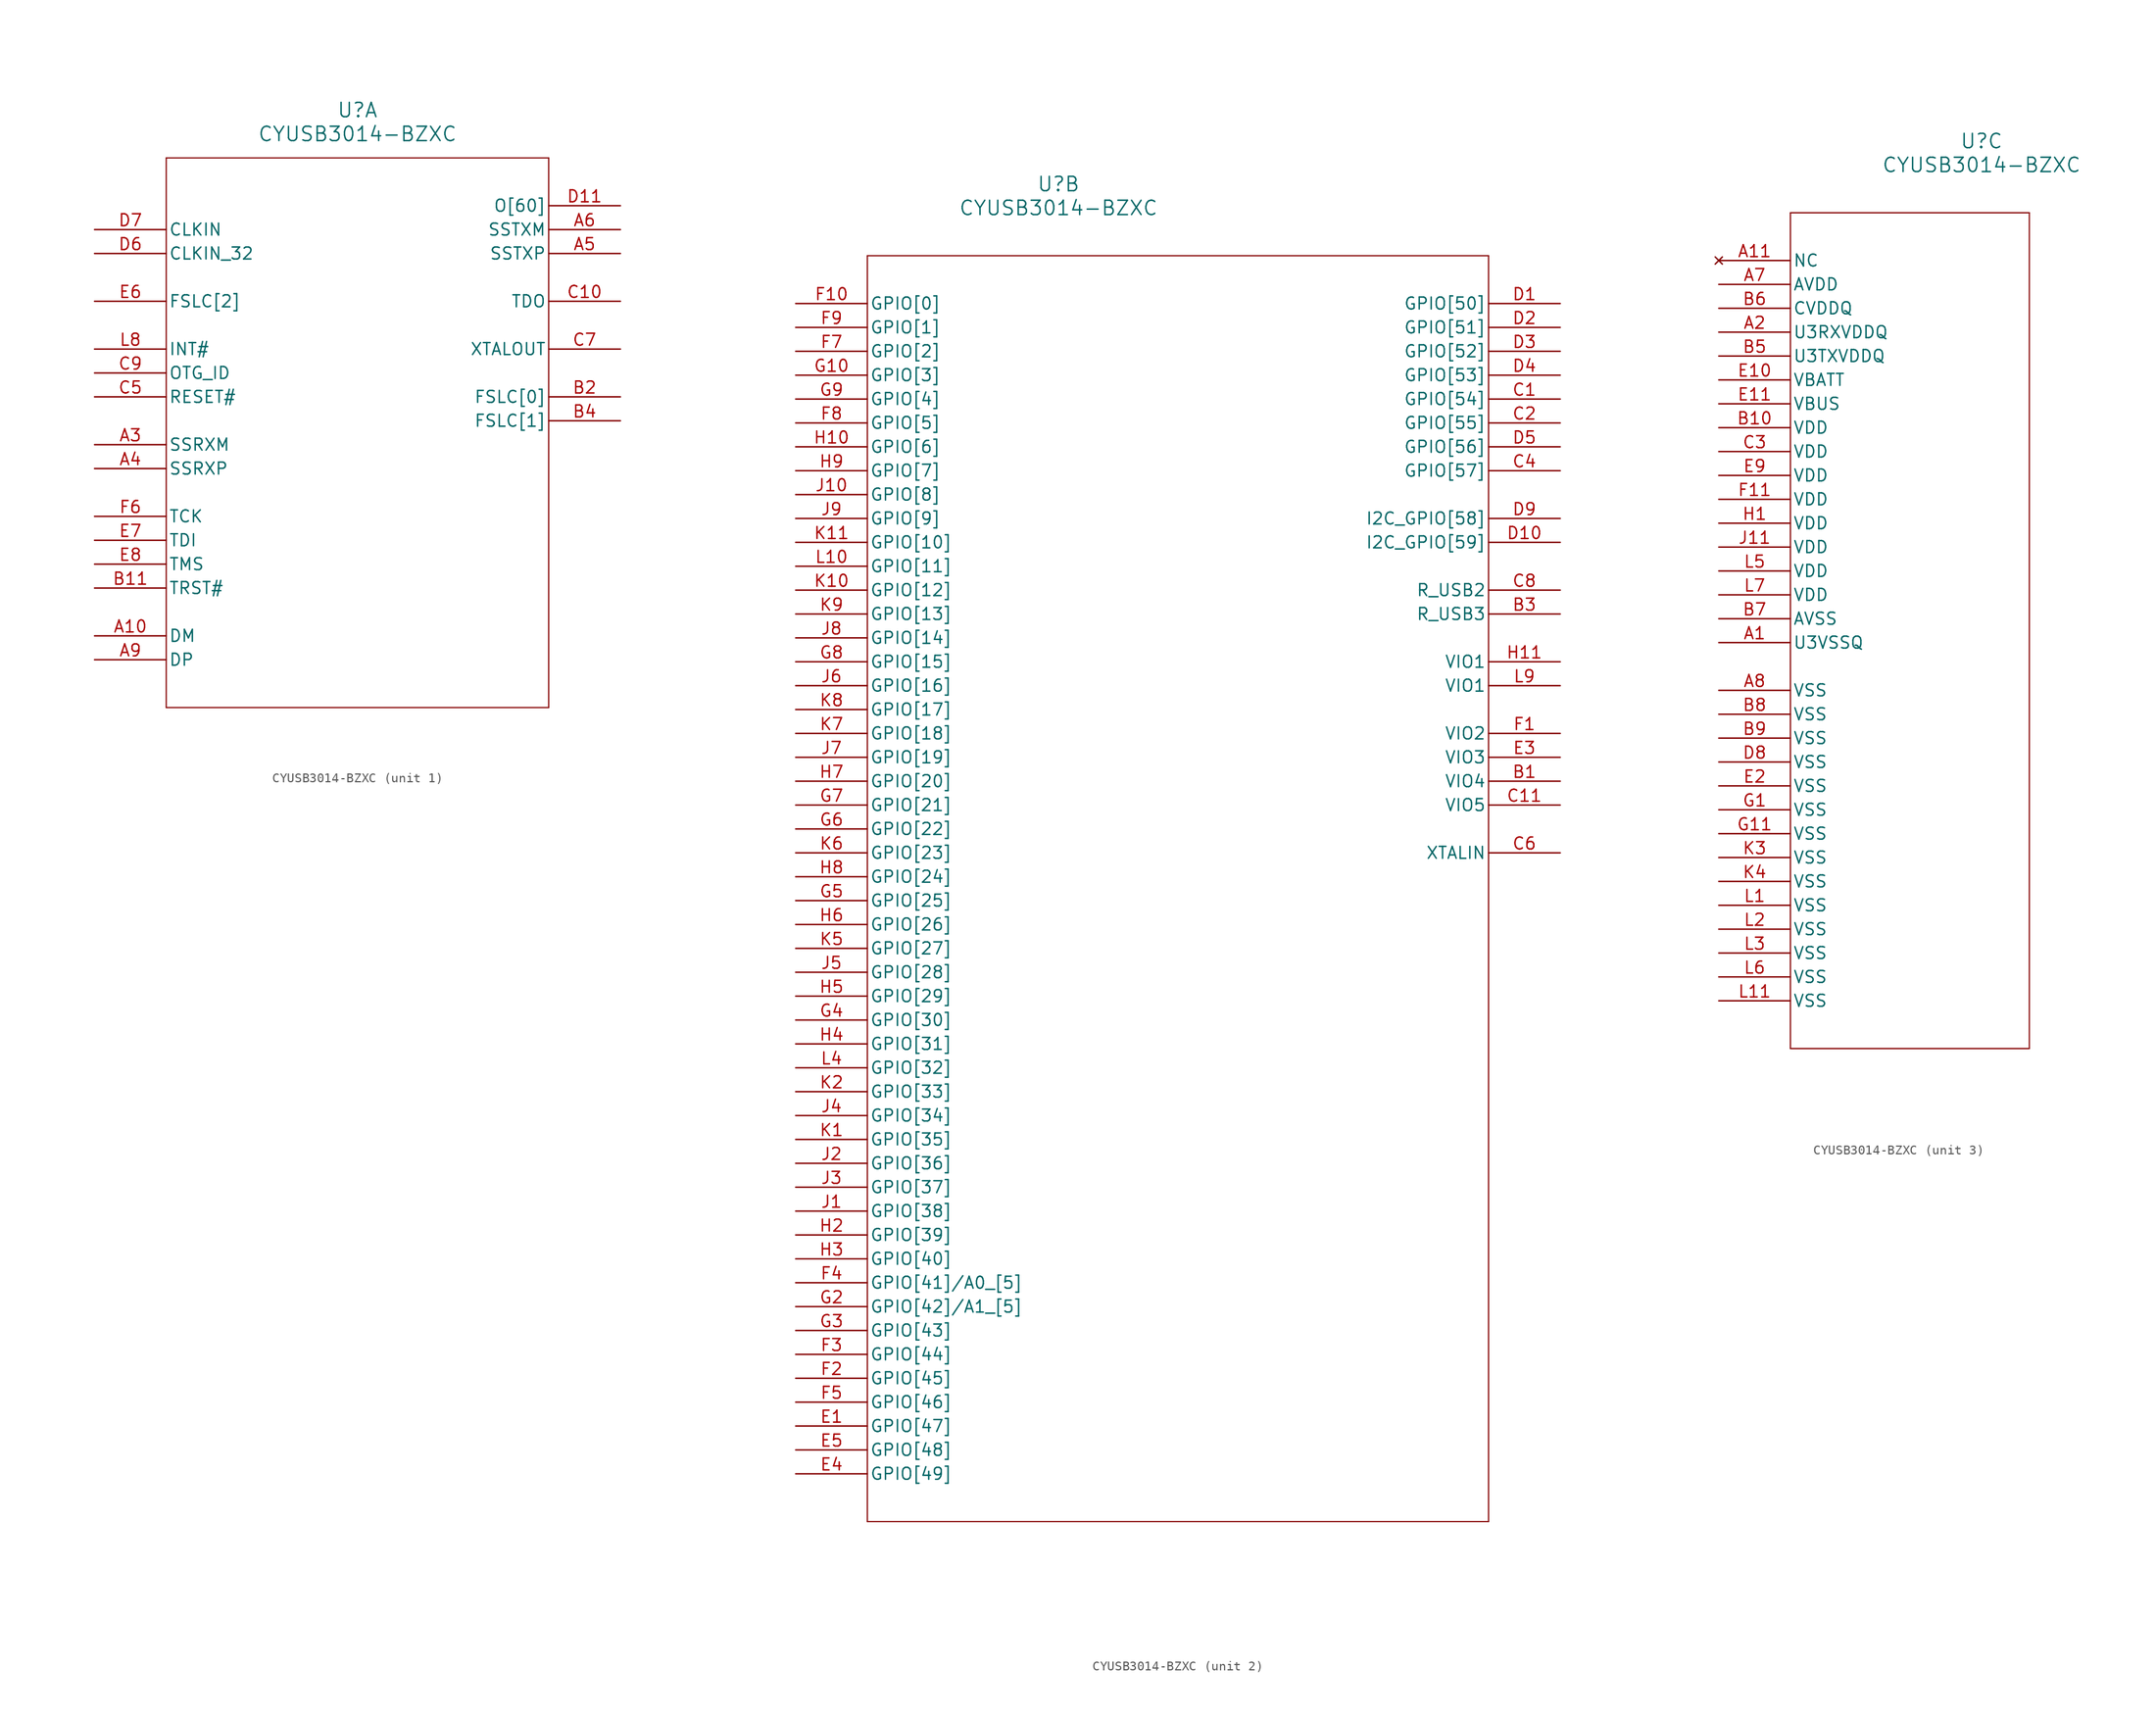
<source format=kicad_sym>
(kicad_symbol_lib
  (version 20211014)
  (generator kicad_symbol_editor)
  (symbol "CYUSB3014-BZXC"
    (pin_names
      (offset 0.254))
    (property "Reference" "U"
      (at 27.94 12.7 0)
      (effects (font (size 1.524 1.524))))
    (property "Value" "CYUSB3014-BZXC"
      (at 27.94 10.16 0)
      (effects (font (size 1.524 1.524))))
    (symbol "CYUSB3014-BZXC_1_1"
      (polyline (pts (xy 7.62 7.62) (xy 7.62 -50.8)) (stroke (width 0.127) (type default) (color 0 0 0 0)) (fill (type none)))
      (polyline (pts (xy 7.62 -50.8) (xy 48.26 -50.8)) (stroke (width 0.127) (type default) (color 0 0 0 0)) (fill (type none)))
      (polyline (pts (xy 48.26 -50.8) (xy 48.26 7.62)) (stroke (width 0.127) (type default) (color 0 0 0 0)) (fill (type none)))
      (polyline (pts (xy 48.26 7.62) (xy 7.62 7.62)) (stroke (width 0.127) (type default) (color 0 0 0 0)) (fill (type none)))
      (pin input line (at 0 -22.86 0) (length 7.62) (name "SSRXM" (effects (font (size 1.27 1.27)))) (number "A3" (effects (font (size 1.27 1.27)))))
      (pin input line (at 0 -25.4 0) (length 7.62) (name "SSRXP" (effects (font (size 1.27 1.27)))) (number "A4" (effects (font (size 1.27 1.27)))))
      (pin output line (at 55.88 -2.54 180) (length 7.62) (name "SSTXP" (effects (font (size 1.27 1.27)))) (number "A5" (effects (font (size 1.27 1.27)))))
      (pin output line (at 55.88 0 180) (length 7.62) (name "SSTXM" (effects (font (size 1.27 1.27)))) (number "A6" (effects (font (size 1.27 1.27)))))
      (pin bidirectional line (at 0 -45.72 0) (length 7.62) (name "DP" (effects (font (size 1.27 1.27)))) (number "A9" (effects (font (size 1.27 1.27)))))
      (pin bidirectional line (at 0 -43.18 0) (length 7.62) (name "DM" (effects (font (size 1.27 1.27)))) (number "A10" (effects (font (size 1.27 1.27)))))
      (pin bidirectional line (at 55.88 -17.78 180) (length 7.62) (name "FSLC[0]" (effects (font (size 1.27 1.27)))) (number "B2" (effects (font (size 1.27 1.27)))))
      (pin bidirectional line (at 55.88 -20.32 180) (length 7.62) (name "FSLC[1]" (effects (font (size 1.27 1.27)))) (number "B4" (effects (font (size 1.27 1.27)))))
      (pin input line (at 0 -38.1 0) (length 7.62) (name "TRST#" (effects (font (size 1.27 1.27)))) (number "B11" (effects (font (size 1.27 1.27)))))
      (pin input line (at 0 -17.78 0) (length 7.62) (name "RESET#" (effects (font (size 1.27 1.27)))) (number "C5" (effects (font (size 1.27 1.27)))))
      (pin bidirectional line (at 55.88 -12.7 180) (length 7.62) (name "XTALOUT" (effects (font (size 1.27 1.27)))) (number "C7" (effects (font (size 1.27 1.27)))))
      (pin input line (at 0 -15.24 0) (length 7.62) (name "OTG_ID" (effects (font (size 1.27 1.27)))) (number "C9" (effects (font (size 1.27 1.27)))))
      (pin output line (at 55.88 -7.62 180) (length 7.62) (name "TDO" (effects (font (size 1.27 1.27)))) (number "C10" (effects (font (size 1.27 1.27)))))
      (pin input line (at 0 -2.54 0) (length 7.62) (name "CLKIN_32" (effects (font (size 1.27 1.27)))) (number "D6" (effects (font (size 1.27 1.27)))))
      (pin input line (at 0 0 0) (length 7.62) (name "CLKIN" (effects (font (size 1.27 1.27)))) (number "D7" (effects (font (size 1.27 1.27)))))
      (pin output line (at 55.88 2.54 180) (length 7.62) (name "O[60]" (effects (font (size 1.27 1.27)))) (number "D11" (effects (font (size 1.27 1.27)))))
      (pin input line (at 0 -7.62 0) (length 7.62) (name "FSLC[2]" (effects (font (size 1.27 1.27)))) (number "E6" (effects (font (size 1.27 1.27)))))
      (pin input line (at 0 -33.02 0) (length 7.62) (name "TDI" (effects (font (size 1.27 1.27)))) (number "E7" (effects (font (size 1.27 1.27)))))
      (pin input line (at 0 -35.56 0) (length 7.62) (name "TMS" (effects (font (size 1.27 1.27)))) (number "E8" (effects (font (size 1.27 1.27)))))
      (pin input line (at 0 -30.48 0) (length 7.62) (name "TCK" (effects (font (size 1.27 1.27)))) (number "F6" (effects (font (size 1.27 1.27)))))
      (pin input line (at 0 -12.7 0) (length 7.62) (name "INT#" (effects (font (size 1.27 1.27)))) (number "L8" (effects (font (size 1.27 1.27))))))
    (symbol "CYUSB3014-BZXC_2_1"
      (polyline (pts (xy 7.62 5.08) (xy 7.62 -129.54)) (stroke (width 0.127) (type default) (color 0 0 0 0)) (fill (type none)))
      (polyline (pts (xy 7.62 -129.54) (xy 73.66 -129.54)) (stroke (width 0.127) (type default) (color 0 0 0 0)) (fill (type none)))
      (polyline (pts (xy 73.66 -129.54) (xy 73.66 5.08)) (stroke (width 0.127) (type default) (color 0 0 0 0)) (fill (type none)))
      (polyline (pts (xy 73.66 5.08) (xy 7.62 5.08)) (stroke (width 0.127) (type default) (color 0 0 0 0)) (fill (type none)))
      (pin bidirectional line (at 81.28 -50.8 180) (length 7.62) (name "VIO4" (effects (font (size 1.27 1.27)))) (number "B1" (effects (font (size 1.27 1.27)))))
      (pin bidirectional line (at 81.28 -33.02 180) (length 7.62) (name "R_USB3" (effects (font (size 1.27 1.27)))) (number "B3" (effects (font (size 1.27 1.27)))))
      (pin bidirectional line (at 81.28 -10.16 180) (length 7.62) (name "GPIO[54]" (effects (font (size 1.27 1.27)))) (number "C1" (effects (font (size 1.27 1.27)))))
      (pin bidirectional line (at 81.28 -12.7 180) (length 7.62) (name "GPIO[55]" (effects (font (size 1.27 1.27)))) (number "C2" (effects (font (size 1.27 1.27)))))
      (pin bidirectional line (at 81.28 -17.78 180) (length 7.62) (name "GPIO[57]" (effects (font (size 1.27 1.27)))) (number "C4" (effects (font (size 1.27 1.27)))))
      (pin bidirectional line (at 81.28 -58.42 180) (length 7.62) (name "XTALIN" (effects (font (size 1.27 1.27)))) (number "C6" (effects (font (size 1.27 1.27)))))
      (pin bidirectional line (at 81.28 -30.48 180) (length 7.62) (name "R_USB2" (effects (font (size 1.27 1.27)))) (number "C8" (effects (font (size 1.27 1.27)))))
      (pin bidirectional line (at 81.28 -53.34 180) (length 7.62) (name "VIO5" (effects (font (size 1.27 1.27)))) (number "C11" (effects (font (size 1.27 1.27)))))
      (pin bidirectional line (at 81.28 0 180) (length 7.62) (name "GPIO[50]" (effects (font (size 1.27 1.27)))) (number "D1" (effects (font (size 1.27 1.27)))))
      (pin bidirectional line (at 81.28 -2.54 180) (length 7.62) (name "GPIO[51]" (effects (font (size 1.27 1.27)))) (number "D2" (effects (font (size 1.27 1.27)))))
      (pin bidirectional line (at 81.28 -5.08 180) (length 7.62) (name "GPIO[52]" (effects (font (size 1.27 1.27)))) (number "D3" (effects (font (size 1.27 1.27)))))
      (pin bidirectional line (at 81.28 -7.62 180) (length 7.62) (name "GPIO[53]" (effects (font (size 1.27 1.27)))) (number "D4" (effects (font (size 1.27 1.27)))))
      (pin bidirectional line (at 81.28 -15.24 180) (length 7.62) (name "GPIO[56]" (effects (font (size 1.27 1.27)))) (number "D5" (effects (font (size 1.27 1.27)))))
      (pin bidirectional line (at 81.28 -22.86 180) (length 7.62) (name "I2C_GPIO[58]" (effects (font (size 1.27 1.27)))) (number "D9" (effects (font (size 1.27 1.27)))))
      (pin bidirectional line (at 81.28 -25.4 180) (length 7.62) (name "I2C_GPIO[59]" (effects (font (size 1.27 1.27)))) (number "D10" (effects (font (size 1.27 1.27)))))
      (pin bidirectional line (at 0 -119.38 0) (length 7.62) (name "GPIO[47]" (effects (font (size 1.27 1.27)))) (number "E1" (effects (font (size 1.27 1.27)))))
      (pin bidirectional line (at 81.28 -48.26 180) (length 7.62) (name "VIO3" (effects (font (size 1.27 1.27)))) (number "E3" (effects (font (size 1.27 1.27)))))
      (pin bidirectional line (at 0 -124.46 0) (length 7.62) (name "GPIO[49]" (effects (font (size 1.27 1.27)))) (number "E4" (effects (font (size 1.27 1.27)))))
      (pin bidirectional line (at 0 -121.92 0) (length 7.62) (name "GPIO[48]" (effects (font (size 1.27 1.27)))) (number "E5" (effects (font (size 1.27 1.27)))))
      (pin bidirectional line (at 81.28 -45.72 180) (length 7.62) (name "VIO2" (effects (font (size 1.27 1.27)))) (number "F1" (effects (font (size 1.27 1.27)))))
      (pin bidirectional line (at 0 -114.3 0) (length 7.62) (name "GPIO[45]" (effects (font (size 1.27 1.27)))) (number "F2" (effects (font (size 1.27 1.27)))))
      (pin bidirectional line (at 0 -111.76 0) (length 7.62) (name "GPIO[44]" (effects (font (size 1.27 1.27)))) (number "F3" (effects (font (size 1.27 1.27)))))
      (pin bidirectional line (at 0 -104.14 0) (length 7.62) (name "GPIO[41]/A0 [5]" (effects (font (size 1.27 1.27)))) (number "F4" (effects (font (size 1.27 1.27)))))
      (pin bidirectional line (at 0 -116.84 0) (length 7.62) (name "GPIO[46]" (effects (font (size 1.27 1.27)))) (number "F5" (effects (font (size 1.27 1.27)))))
      (pin bidirectional line (at 0 -5.08 0) (length 7.62) (name "GPIO[2]" (effects (font (size 1.27 1.27)))) (number "F7" (effects (font (size 1.27 1.27)))))
      (pin bidirectional line (at 0 -12.7 0) (length 7.62) (name "GPIO[5]" (effects (font (size 1.27 1.27)))) (number "F8" (effects (font (size 1.27 1.27)))))
      (pin bidirectional line (at 0 -2.54 0) (length 7.62) (name "GPIO[1]" (effects (font (size 1.27 1.27)))) (number "F9" (effects (font (size 1.27 1.27)))))
      (pin bidirectional line (at 0 0 0) (length 7.62) (name "GPIO[0]" (effects (font (size 1.27 1.27)))) (number "F10" (effects (font (size 1.27 1.27)))))
      (pin bidirectional line (at 0 -106.68 0) (length 7.62) (name "GPIO[42]/A1 [5]" (effects (font (size 1.27 1.27)))) (number "G2" (effects (font (size 1.27 1.27)))))
      (pin bidirectional line (at 0 -109.22 0) (length 7.62) (name "GPIO[43]" (effects (font (size 1.27 1.27)))) (number "G3" (effects (font (size 1.27 1.27)))))
      (pin bidirectional line (at 0 -76.2 0) (length 7.62) (name "GPIO[30]" (effects (font (size 1.27 1.27)))) (number "G4" (effects (font (size 1.27 1.27)))))
      (pin bidirectional line (at 0 -63.5 0) (length 7.62) (name "GPIO[25]" (effects (font (size 1.27 1.27)))) (number "G5" (effects (font (size 1.27 1.27)))))
      (pin bidirectional line (at 0 -55.88 0) (length 7.62) (name "GPIO[22]" (effects (font (size 1.27 1.27)))) (number "G6" (effects (font (size 1.27 1.27)))))
      (pin bidirectional line (at 0 -53.34 0) (length 7.62) (name "GPIO[21]" (effects (font (size 1.27 1.27)))) (number "G7" (effects (font (size 1.27 1.27)))))
      (pin bidirectional line (at 0 -38.1 0) (length 7.62) (name "GPIO[15]" (effects (font (size 1.27 1.27)))) (number "G8" (effects (font (size 1.27 1.27)))))
      (pin bidirectional line (at 0 -10.16 0) (length 7.62) (name "GPIO[4]" (effects (font (size 1.27 1.27)))) (number "G9" (effects (font (size 1.27 1.27)))))
      (pin bidirectional line (at 0 -7.62 0) (length 7.62) (name "GPIO[3]" (effects (font (size 1.27 1.27)))) (number "G10" (effects (font (size 1.27 1.27)))))
      (pin bidirectional line (at 0 -99.06 0) (length 7.62) (name "GPIO[39]" (effects (font (size 1.27 1.27)))) (number "H2" (effects (font (size 1.27 1.27)))))
      (pin bidirectional line (at 0 -101.6 0) (length 7.62) (name "GPIO[40]" (effects (font (size 1.27 1.27)))) (number "H3" (effects (font (size 1.27 1.27)))))
      (pin bidirectional line (at 0 -78.74 0) (length 7.62) (name "GPIO[31]" (effects (font (size 1.27 1.27)))) (number "H4" (effects (font (size 1.27 1.27)))))
      (pin bidirectional line (at 0 -73.66 0) (length 7.62) (name "GPIO[29]" (effects (font (size 1.27 1.27)))) (number "H5" (effects (font (size 1.27 1.27)))))
      (pin bidirectional line (at 0 -66.04 0) (length 7.62) (name "GPIO[26]" (effects (font (size 1.27 1.27)))) (number "H6" (effects (font (size 1.27 1.27)))))
      (pin bidirectional line (at 0 -50.8 0) (length 7.62) (name "GPIO[20]" (effects (font (size 1.27 1.27)))) (number "H7" (effects (font (size 1.27 1.27)))))
      (pin bidirectional line (at 0 -60.96 0) (length 7.62) (name "GPIO[24]" (effects (font (size 1.27 1.27)))) (number "H8" (effects (font (size 1.27 1.27)))))
      (pin bidirectional line (at 0 -17.78 0) (length 7.62) (name "GPIO[7]" (effects (font (size 1.27 1.27)))) (number "H9" (effects (font (size 1.27 1.27)))))
      (pin bidirectional line (at 0 -15.24 0) (length 7.62) (name "GPIO[6]" (effects (font (size 1.27 1.27)))) (number "H10" (effects (font (size 1.27 1.27)))))
      (pin bidirectional line (at 81.28 -38.1 180) (length 7.62) (name "VIO1" (effects (font (size 1.27 1.27)))) (number "H11" (effects (font (size 1.27 1.27)))))
      (pin bidirectional line (at 0 -96.52 0) (length 7.62) (name "GPIO[38]" (effects (font (size 1.27 1.27)))) (number "J1" (effects (font (size 1.27 1.27)))))
      (pin bidirectional line (at 0 -91.44 0) (length 7.62) (name "GPIO[36]" (effects (font (size 1.27 1.27)))) (number "J2" (effects (font (size 1.27 1.27)))))
      (pin bidirectional line (at 0 -93.98 0) (length 7.62) (name "GPIO[37]" (effects (font (size 1.27 1.27)))) (number "J3" (effects (font (size 1.27 1.27)))))
      (pin bidirectional line (at 0 -86.36 0) (length 7.62) (name "GPIO[34]" (effects (font (size 1.27 1.27)))) (number "J4" (effects (font (size 1.27 1.27)))))
      (pin bidirectional line (at 0 -71.12 0) (length 7.62) (name "GPIO[28]" (effects (font (size 1.27 1.27)))) (number "J5" (effects (font (size 1.27 1.27)))))
      (pin bidirectional line (at 0 -40.64 0) (length 7.62) (name "GPIO[16]" (effects (font (size 1.27 1.27)))) (number "J6" (effects (font (size 1.27 1.27)))))
      (pin bidirectional line (at 0 -48.26 0) (length 7.62) (name "GPIO[19]" (effects (font (size 1.27 1.27)))) (number "J7" (effects (font (size 1.27 1.27)))))
      (pin bidirectional line (at 0 -35.56 0) (length 7.62) (name "GPIO[14]" (effects (font (size 1.27 1.27)))) (number "J8" (effects (font (size 1.27 1.27)))))
      (pin bidirectional line (at 0 -22.86 0) (length 7.62) (name "GPIO[9]" (effects (font (size 1.27 1.27)))) (number "J9" (effects (font (size 1.27 1.27)))))
      (pin bidirectional line (at 0 -20.32 0) (length 7.62) (name "GPIO[8]" (effects (font (size 1.27 1.27)))) (number "J10" (effects (font (size 1.27 1.27)))))
      (pin bidirectional line (at 0 -88.9 0) (length 7.62) (name "GPIO[35]" (effects (font (size 1.27 1.27)))) (number "K1" (effects (font (size 1.27 1.27)))))
      (pin bidirectional line (at 0 -83.82 0) (length 7.62) (name "GPIO[33]" (effects (font (size 1.27 1.27)))) (number "K2" (effects (font (size 1.27 1.27)))))
      (pin bidirectional line (at 0 -68.58 0) (length 7.62) (name "GPIO[27]" (effects (font (size 1.27 1.27)))) (number "K5" (effects (font (size 1.27 1.27)))))
      (pin bidirectional line (at 0 -58.42 0) (length 7.62) (name "GPIO[23]" (effects (font (size 1.27 1.27)))) (number "K6" (effects (font (size 1.27 1.27)))))
      (pin bidirectional line (at 0 -45.72 0) (length 7.62) (name "GPIO[18]" (effects (font (size 1.27 1.27)))) (number "K7" (effects (font (size 1.27 1.27)))))
      (pin bidirectional line (at 0 -43.18 0) (length 7.62) (name "GPIO[17]" (effects (font (size 1.27 1.27)))) (number "K8" (effects (font (size 1.27 1.27)))))
      (pin bidirectional line (at 0 -33.02 0) (length 7.62) (name "GPIO[13]" (effects (font (size 1.27 1.27)))) (number "K9" (effects (font (size 1.27 1.27)))))
      (pin bidirectional line (at 0 -30.48 0) (length 7.62) (name "GPIO[12]" (effects (font (size 1.27 1.27)))) (number "K10" (effects (font (size 1.27 1.27)))))
      (pin bidirectional line (at 0 -25.4 0) (length 7.62) (name "GPIO[10]" (effects (font (size 1.27 1.27)))) (number "K11" (effects (font (size 1.27 1.27)))))
      (pin bidirectional line (at 0 -81.28 0) (length 7.62) (name "GPIO[32]" (effects (font (size 1.27 1.27)))) (number "L4" (effects (font (size 1.27 1.27)))))
      (pin bidirectional line (at 81.28 -40.64 180) (length 7.62) (name "VIO1" (effects (font (size 1.27 1.27)))) (number "L9" (effects (font (size 1.27 1.27)))))
      (pin bidirectional line (at 0 -27.94 0) (length 7.62) (name "GPIO[11]" (effects (font (size 1.27 1.27)))) (number "L10" (effects (font (size 1.27 1.27))))))
    (symbol "CYUSB3014-BZXC_3_1"
      (polyline (pts (xy 7.62 5.08) (xy 7.62 -83.82)) (stroke (width 0.127) (type default) (color 0 0 0 0)) (fill (type none)))
      (polyline (pts (xy 7.62 -83.82) (xy 33.02 -83.82)) (stroke (width 0.127) (type default) (color 0 0 0 0)) (fill (type none)))
      (polyline (pts (xy 33.02 -83.82) (xy 33.02 5.08)) (stroke (width 0.127) (type default) (color 0 0 0 0)) (fill (type none)))
      (polyline (pts (xy 33.02 5.08) (xy 7.62 5.08)) (stroke (width 0.127) (type default) (color 0 0 0 0)) (fill (type none)))
      (pin power_out line (at 0 -40.64 0) (length 7.62) (name "U3VSSQ" (effects (font (size 1.27 1.27)))) (number "A1" (effects (font (size 1.27 1.27)))))
      (pin power_in line (at 0 -7.62 0) (length 7.62) (name "U3RXVDDQ" (effects (font (size 1.27 1.27)))) (number "A2" (effects (font (size 1.27 1.27)))))
      (pin power_in line (at 0 -2.54 0) (length 7.62) (name "AVDD" (effects (font (size 1.27 1.27)))) (number "A7" (effects (font (size 1.27 1.27)))))
      (pin power_out line (at 0 -45.72 0) (length 7.62) (name "VSS" (effects (font (size 1.27 1.27)))) (number "A8" (effects (font (size 1.27 1.27)))))
      (pin no_connect line (at 0 0 0) (length 7.62) (name "NC" (effects (font (size 1.27 1.27)))) (number "A11" (effects (font (size 1.27 1.27)))))
      (pin power_in line (at 0 -10.16 0) (length 7.62) (name "U3TXVDDQ" (effects (font (size 1.27 1.27)))) (number "B5" (effects (font (size 1.27 1.27)))))
      (pin power_in line (at 0 -5.08 0) (length 7.62) (name "CVDDQ" (effects (font (size 1.27 1.27)))) (number "B6" (effects (font (size 1.27 1.27)))))
      (pin power_out line (at 0 -38.1 0) (length 7.62) (name "AVSS" (effects (font (size 1.27 1.27)))) (number "B7" (effects (font (size 1.27 1.27)))))
      (pin power_out line (at 0 -48.26 0) (length 7.62) (name "VSS" (effects (font (size 1.27 1.27)))) (number "B8" (effects (font (size 1.27 1.27)))))
      (pin power_out line (at 0 -50.8 0) (length 7.62) (name "VSS" (effects (font (size 1.27 1.27)))) (number "B9" (effects (font (size 1.27 1.27)))))
      (pin power_in line (at 0 -17.78 0) (length 7.62) (name "VDD" (effects (font (size 1.27 1.27)))) (number "B10" (effects (font (size 1.27 1.27)))))
      (pin power_in line (at 0 -20.32 0) (length 7.62) (name "VDD" (effects (font (size 1.27 1.27)))) (number "C3" (effects (font (size 1.27 1.27)))))
      (pin power_out line (at 0 -53.34 0) (length 7.62) (name "VSS" (effects (font (size 1.27 1.27)))) (number "D8" (effects (font (size 1.27 1.27)))))
      (pin power_out line (at 0 -55.88 0) (length 7.62) (name "VSS" (effects (font (size 1.27 1.27)))) (number "E2" (effects (font (size 1.27 1.27)))))
      (pin power_in line (at 0 -22.86 0) (length 7.62) (name "VDD" (effects (font (size 1.27 1.27)))) (number "E9" (effects (font (size 1.27 1.27)))))
      (pin power_in line (at 0 -12.7 0) (length 7.62) (name "VBATT" (effects (font (size 1.27 1.27)))) (number "E10" (effects (font (size 1.27 1.27)))))
      (pin power_in line (at 0 -15.24 0) (length 7.62) (name "VBUS" (effects (font (size 1.27 1.27)))) (number "E11" (effects (font (size 1.27 1.27)))))
      (pin power_in line (at 0 -25.4 0) (length 7.62) (name "VDD" (effects (font (size 1.27 1.27)))) (number "F11" (effects (font (size 1.27 1.27)))))
      (pin power_out line (at 0 -58.42 0) (length 7.62) (name "VSS" (effects (font (size 1.27 1.27)))) (number "G1" (effects (font (size 1.27 1.27)))))
      (pin power_out line (at 0 -60.96 0) (length 7.62) (name "VSS" (effects (font (size 1.27 1.27)))) (number "G11" (effects (font (size 1.27 1.27)))))
      (pin power_in line (at 0 -27.94 0) (length 7.62) (name "VDD" (effects (font (size 1.27 1.27)))) (number "H1" (effects (font (size 1.27 1.27)))))
      (pin power_in line (at 0 -30.48 0) (length 7.62) (name "VDD" (effects (font (size 1.27 1.27)))) (number "J11" (effects (font (size 1.27 1.27)))))
      (pin power_out line (at 0 -63.5 0) (length 7.62) (name "VSS" (effects (font (size 1.27 1.27)))) (number "K3" (effects (font (size 1.27 1.27)))))
      (pin power_out line (at 0 -66.04 0) (length 7.62) (name "VSS" (effects (font (size 1.27 1.27)))) (number "K4" (effects (font (size 1.27 1.27)))))
      (pin power_out line (at 0 -68.58 0) (length 7.62) (name "VSS" (effects (font (size 1.27 1.27)))) (number "L1" (effects (font (size 1.27 1.27)))))
      (pin power_out line (at 0 -71.12 0) (length 7.62) (name "VSS" (effects (font (size 1.27 1.27)))) (number "L2" (effects (font (size 1.27 1.27)))))
      (pin power_out line (at 0 -73.66 0) (length 7.62) (name "VSS" (effects (font (size 1.27 1.27)))) (number "L3" (effects (font (size 1.27 1.27)))))
      (pin power_in line (at 0 -33.02 0) (length 7.62) (name "VDD" (effects (font (size 1.27 1.27)))) (number "L5" (effects (font (size 1.27 1.27)))))
      (pin power_out line (at 0 -76.2 0) (length 7.62) (name "VSS" (effects (font (size 1.27 1.27)))) (number "L6" (effects (font (size 1.27 1.27)))))
      (pin power_in line (at 0 -35.56 0) (length 7.62) (name "VDD" (effects (font (size 1.27 1.27)))) (number "L7" (effects (font (size 1.27 1.27)))))
      (pin power_out line (at 0 -78.74 0) (length 7.62) (name "VSS" (effects (font (size 1.27 1.27)))) (number "L11" (effects (font (size 1.27 1.27))))))))
</source>
